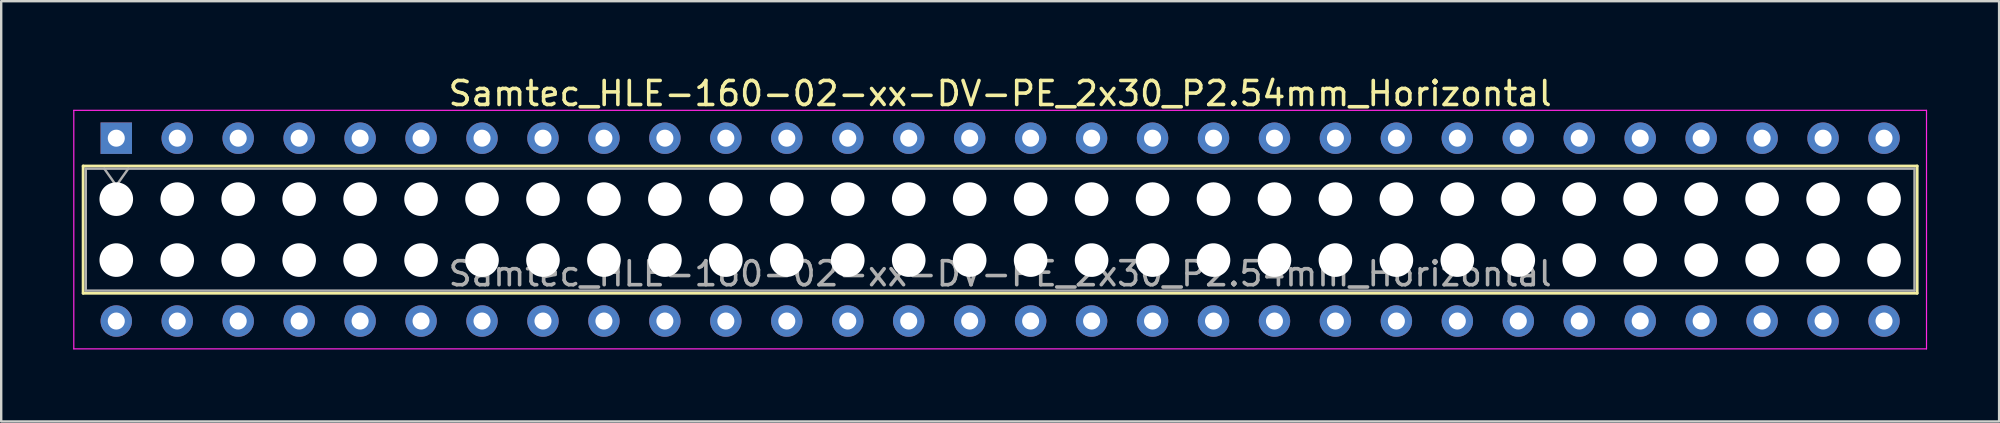
<source format=kicad_pcb>
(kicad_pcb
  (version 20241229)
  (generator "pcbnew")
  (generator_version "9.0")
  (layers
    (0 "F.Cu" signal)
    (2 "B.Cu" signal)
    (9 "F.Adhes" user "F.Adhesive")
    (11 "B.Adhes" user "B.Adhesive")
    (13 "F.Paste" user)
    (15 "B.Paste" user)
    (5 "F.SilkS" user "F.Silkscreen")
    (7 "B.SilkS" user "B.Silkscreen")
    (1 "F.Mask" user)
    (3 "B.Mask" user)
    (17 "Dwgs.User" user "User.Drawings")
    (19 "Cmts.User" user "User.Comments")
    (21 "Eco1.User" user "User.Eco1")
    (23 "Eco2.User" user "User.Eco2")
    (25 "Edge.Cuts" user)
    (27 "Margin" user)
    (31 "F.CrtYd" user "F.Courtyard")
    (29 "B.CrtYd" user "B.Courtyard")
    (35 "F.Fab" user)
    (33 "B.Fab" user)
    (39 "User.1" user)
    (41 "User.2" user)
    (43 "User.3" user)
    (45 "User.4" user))
  (footprint "Samtec_HLE-160-02-xx-DV-PE_2x30_P2.54mm_Horizontal"
    (layer "F.Cu")
    (at 1.795 2.708)
    (property "Reference" "Samtec_HLE-160-02-xx-DV-PE_2x30_P2.54mm_Horizontal" (at 36.83 -1.86 0) (layer "F.SilkS") (effects (font (size 1 1) (thickness 0.15))))
    (attr through_hole)
    (fp_line (start -1.38 1.16) (end 75.04 1.16) (stroke (width 0.12) (type solid)) (layer "F.SilkS"))
    (fp_line (start -1.38 6.46) (end -1.38 1.16) (stroke (width 0.12) (type solid)) (layer "F.SilkS"))
    (fp_line (start 75.04 1.16) (end 75.04 6.46) (stroke (width 0.12) (type solid)) (layer "F.SilkS"))
    (fp_line (start 75.04 6.46) (end -1.38 6.46) (stroke (width 0.12) (type solid)) (layer "F.SilkS"))
    (fp_line (start -1.77 -1.16) (end 75.43 -1.16) (stroke (width 0.05) (type solid)) (layer "F.CrtYd"))
    (fp_line (start -1.77 8.78) (end -1.77 -1.16) (stroke (width 0.05) (type solid)) (layer "F.CrtYd"))
    (fp_line (start 75.43 -1.16) (end 75.43 8.78) (stroke (width 0.05) (type solid)) (layer "F.CrtYd"))
    (fp_line (start 75.43 8.78) (end -1.77 8.78) (stroke (width 0.05) (type solid)) (layer "F.CrtYd"))
    (fp_line (start -1.27 1.27) (end 74.93 1.27) (stroke (width 0.1) (type solid)) (layer "F.Fab"))
    (fp_line (start -1.27 6.35) (end -1.27 1.27) (stroke (width 0.1) (type solid)) (layer "F.Fab"))
    (fp_line (start -0.5 1.27) (end 0 1.977) (stroke (width 0.1) (type solid)) (layer "F.Fab"))
    (fp_line (start 0 1.977) (end 0.5 1.27) (stroke (width 0.1) (type solid)) (layer "F.Fab"))
    (fp_line (start 74.93 1.27) (end 74.93 6.35) (stroke (width 0.1) (type solid)) (layer "F.Fab"))
    (fp_line (start 74.93 6.35) (end -1.27 6.35) (stroke (width 0.1) (type solid)) (layer "F.Fab"))
    (fp_text user "${REFERENCE}" (at 36.83 5.65 0) (layer "F.Fab") (effects (font (size 1 1) (thickness 0.15))))
    (pad "" np_thru_hole circle (at 0 2.54) (size 1.4 1.4) (drill 1.4) (layers "*.Cu" "*.Mask"))
    (pad "" np_thru_hole circle (at 0 5.08) (size 1.4 1.4) (drill 1.4) (layers "*.Cu" "*.Mask"))
    (pad "" np_thru_hole circle (at 2.54 2.54) (size 1.4 1.4) (drill 1.4) (layers "*.Cu" "*.Mask"))
    (pad "" np_thru_hole circle (at 2.54 5.08) (size 1.4 1.4) (drill 1.4) (layers "*.Cu" "*.Mask"))
    (pad "" np_thru_hole circle (at 5.08 2.54) (size 1.4 1.4) (drill 1.4) (layers "*.Cu" "*.Mask"))
    (pad "" np_thru_hole circle (at 5.08 5.08) (size 1.4 1.4) (drill 1.4) (layers "*.Cu" "*.Mask"))
    (pad "" np_thru_hole circle (at 7.62 2.54) (size 1.4 1.4) (drill 1.4) (layers "*.Cu" "*.Mask"))
    (pad "" np_thru_hole circle (at 7.62 5.08) (size 1.4 1.4) (drill 1.4) (layers "*.Cu" "*.Mask"))
    (pad "" np_thru_hole circle (at 10.16 2.54) (size 1.4 1.4) (drill 1.4) (layers "*.Cu" "*.Mask"))
    (pad "" np_thru_hole circle (at 10.16 5.08) (size 1.4 1.4) (drill 1.4) (layers "*.Cu" "*.Mask"))
    (pad "" np_thru_hole circle (at 12.7 2.54) (size 1.4 1.4) (drill 1.4) (layers "*.Cu" "*.Mask"))
    (pad "" np_thru_hole circle (at 12.7 5.08) (size 1.4 1.4) (drill 1.4) (layers "*.Cu" "*.Mask"))
    (pad "" np_thru_hole circle (at 15.24 2.54) (size 1.4 1.4) (drill 1.4) (layers "*.Cu" "*.Mask"))
    (pad "" np_thru_hole circle (at 15.24 5.08) (size 1.4 1.4) (drill 1.4) (layers "*.Cu" "*.Mask"))
    (pad "" np_thru_hole circle (at 17.78 2.54) (size 1.4 1.4) (drill 1.4) (layers "*.Cu" "*.Mask"))
    (pad "" np_thru_hole circle (at 17.78 5.08) (size 1.4 1.4) (drill 1.4) (layers "*.Cu" "*.Mask"))
    (pad "" np_thru_hole circle (at 20.32 2.54) (size 1.4 1.4) (drill 1.4) (layers "*.Cu" "*.Mask"))
    (pad "" np_thru_hole circle (at 20.32 5.08) (size 1.4 1.4) (drill 1.4) (layers "*.Cu" "*.Mask"))
    (pad "" np_thru_hole circle (at 22.86 2.54) (size 1.4 1.4) (drill 1.4) (layers "*.Cu" "*.Mask"))
    (pad "" np_thru_hole circle (at 22.86 5.08) (size 1.4 1.4) (drill 1.4) (layers "*.Cu" "*.Mask"))
    (pad "" np_thru_hole circle (at 25.4 2.54) (size 1.4 1.4) (drill 1.4) (layers "*.Cu" "*.Mask"))
    (pad "" np_thru_hole circle (at 25.4 5.08) (size 1.4 1.4) (drill 1.4) (layers "*.Cu" "*.Mask"))
    (pad "" np_thru_hole circle (at 27.94 2.54) (size 1.4 1.4) (drill 1.4) (layers "*.Cu" "*.Mask"))
    (pad "" np_thru_hole circle (at 27.94 5.08) (size 1.4 1.4) (drill 1.4) (layers "*.Cu" "*.Mask"))
    (pad "" np_thru_hole circle (at 30.48 2.54) (size 1.4 1.4) (drill 1.4) (layers "*.Cu" "*.Mask"))
    (pad "" np_thru_hole circle (at 30.48 5.08) (size 1.4 1.4) (drill 1.4) (layers "*.Cu" "*.Mask"))
    (pad "" np_thru_hole circle (at 33.02 2.54) (size 1.4 1.4) (drill 1.4) (layers "*.Cu" "*.Mask"))
    (pad "" np_thru_hole circle (at 33.02 5.08) (size 1.4 1.4) (drill 1.4) (layers "*.Cu" "*.Mask"))
    (pad "" np_thru_hole circle (at 35.56 2.54) (size 1.4 1.4) (drill 1.4) (layers "*.Cu" "*.Mask"))
    (pad "" np_thru_hole circle (at 35.56 5.08) (size 1.4 1.4) (drill 1.4) (layers "*.Cu" "*.Mask"))
    (pad "" np_thru_hole circle (at 38.1 2.54) (size 1.4 1.4) (drill 1.4) (layers "*.Cu" "*.Mask"))
    (pad "" np_thru_hole circle (at 38.1 5.08) (size 1.4 1.4) (drill 1.4) (layers "*.Cu" "*.Mask"))
    (pad "" np_thru_hole circle (at 40.64 2.54) (size 1.4 1.4) (drill 1.4) (layers "*.Cu" "*.Mask"))
    (pad "" np_thru_hole circle (at 40.64 5.08) (size 1.4 1.4) (drill 1.4) (layers "*.Cu" "*.Mask"))
    (pad "" np_thru_hole circle (at 43.18 2.54) (size 1.4 1.4) (drill 1.4) (layers "*.Cu" "*.Mask"))
    (pad "" np_thru_hole circle (at 43.18 5.08) (size 1.4 1.4) (drill 1.4) (layers "*.Cu" "*.Mask"))
    (pad "" np_thru_hole circle (at 45.72 2.54) (size 1.4 1.4) (drill 1.4) (layers "*.Cu" "*.Mask"))
    (pad "" np_thru_hole circle (at 45.72 5.08) (size 1.4 1.4) (drill 1.4) (layers "*.Cu" "*.Mask"))
    (pad "" np_thru_hole circle (at 48.26 2.54) (size 1.4 1.4) (drill 1.4) (layers "*.Cu" "*.Mask"))
    (pad "" np_thru_hole circle (at 48.26 5.08) (size 1.4 1.4) (drill 1.4) (layers "*.Cu" "*.Mask"))
    (pad "" np_thru_hole circle (at 50.8 2.54) (size 1.4 1.4) (drill 1.4) (layers "*.Cu" "*.Mask"))
    (pad "" np_thru_hole circle (at 50.8 5.08) (size 1.4 1.4) (drill 1.4) (layers "*.Cu" "*.Mask"))
    (pad "" np_thru_hole circle (at 53.34 2.54) (size 1.4 1.4) (drill 1.4) (layers "*.Cu" "*.Mask"))
    (pad "" np_thru_hole circle (at 53.34 5.08) (size 1.4 1.4) (drill 1.4) (layers "*.Cu" "*.Mask"))
    (pad "" np_thru_hole circle (at 55.88 2.54) (size 1.4 1.4) (drill 1.4) (layers "*.Cu" "*.Mask"))
    (pad "" np_thru_hole circle (at 55.88 5.08) (size 1.4 1.4) (drill 1.4) (layers "*.Cu" "*.Mask"))
    (pad "" np_thru_hole circle (at 58.42 2.54) (size 1.4 1.4) (drill 1.4) (layers "*.Cu" "*.Mask"))
    (pad "" np_thru_hole circle (at 58.42 5.08) (size 1.4 1.4) (drill 1.4) (layers "*.Cu" "*.Mask"))
    (pad "" np_thru_hole circle (at 60.96 2.54) (size 1.4 1.4) (drill 1.4) (layers "*.Cu" "*.Mask"))
    (pad "" np_thru_hole circle (at 60.96 5.08) (size 1.4 1.4) (drill 1.4) (layers "*.Cu" "*.Mask"))
    (pad "" np_thru_hole circle (at 63.5 2.54) (size 1.4 1.4) (drill 1.4) (layers "*.Cu" "*.Mask"))
    (pad "" np_thru_hole circle (at 63.5 5.08) (size 1.4 1.4) (drill 1.4) (layers "*.Cu" "*.Mask"))
    (pad "" np_thru_hole circle (at 66.04 2.54) (size 1.4 1.4) (drill 1.4) (layers "*.Cu" "*.Mask"))
    (pad "" np_thru_hole circle (at 66.04 5.08) (size 1.4 1.4) (drill 1.4) (layers "*.Cu" "*.Mask"))
    (pad "" np_thru_hole circle (at 68.58 2.54) (size 1.4 1.4) (drill 1.4) (layers "*.Cu" "*.Mask"))
    (pad "" np_thru_hole circle (at 68.58 5.08) (size 1.4 1.4) (drill 1.4) (layers "*.Cu" "*.Mask"))
    (pad "" np_thru_hole circle (at 71.12 2.54) (size 1.4 1.4) (drill 1.4) (layers "*.Cu" "*.Mask"))
    (pad "" np_thru_hole circle (at 71.12 5.08) (size 1.4 1.4) (drill 1.4) (layers "*.Cu" "*.Mask"))
    (pad "" np_thru_hole circle (at 73.66 2.54) (size 1.4 1.4) (drill 1.4) (layers "*.Cu" "*.Mask"))
    (pad "" np_thru_hole circle (at 73.66 5.08) (size 1.4 1.4) (drill 1.4) (layers "*.Cu" "*.Mask"))
    (pad "1" thru_hole rect (at 0 0) (size 1.31 1.31) (drill 0.71) (layers "*.Cu" "*.Mask"))
    (pad "2" thru_hole circle (at 0 7.62) (size 1.31 1.31) (drill 0.71) (layers "*.Cu" "*.Mask"))
    (pad "3" thru_hole circle (at 2.54 0) (size 1.31 1.31) (drill 0.71) (layers "*.Cu" "*.Mask"))
    (pad "4" thru_hole circle (at 2.54 7.62) (size 1.31 1.31) (drill 0.71) (layers "*.Cu" "*.Mask"))
    (pad "5" thru_hole circle (at 5.08 0) (size 1.31 1.31) (drill 0.71) (layers "*.Cu" "*.Mask"))
    (pad "6" thru_hole circle (at 5.08 7.62) (size 1.31 1.31) (drill 0.71) (layers "*.Cu" "*.Mask"))
    (pad "7" thru_hole circle (at 7.62 0) (size 1.31 1.31) (drill 0.71) (layers "*.Cu" "*.Mask"))
    (pad "8" thru_hole circle (at 7.62 7.62) (size 1.31 1.31) (drill 0.71) (layers "*.Cu" "*.Mask"))
    (pad "9" thru_hole circle (at 10.16 0) (size 1.31 1.31) (drill 0.71) (layers "*.Cu" "*.Mask"))
    (pad "10" thru_hole circle (at 10.16 7.62) (size 1.31 1.31) (drill 0.71) (layers "*.Cu" "*.Mask"))
    (pad "11" thru_hole circle (at 12.7 0) (size 1.31 1.31) (drill 0.71) (layers "*.Cu" "*.Mask"))
    (pad "12" thru_hole circle (at 12.7 7.62) (size 1.31 1.31) (drill 0.71) (layers "*.Cu" "*.Mask"))
    (pad "13" thru_hole circle (at 15.24 0) (size 1.31 1.31) (drill 0.71) (layers "*.Cu" "*.Mask"))
    (pad "14" thru_hole circle (at 15.24 7.62) (size 1.31 1.31) (drill 0.71) (layers "*.Cu" "*.Mask"))
    (pad "15" thru_hole circle (at 17.78 0) (size 1.31 1.31) (drill 0.71) (layers "*.Cu" "*.Mask"))
    (pad "16" thru_hole circle (at 17.78 7.62) (size 1.31 1.31) (drill 0.71) (layers "*.Cu" "*.Mask"))
    (pad "17" thru_hole circle (at 20.32 0) (size 1.31 1.31) (drill 0.71) (layers "*.Cu" "*.Mask"))
    (pad "18" thru_hole circle (at 20.32 7.62) (size 1.31 1.31) (drill 0.71) (layers "*.Cu" "*.Mask"))
    (pad "19" thru_hole circle (at 22.86 0) (size 1.31 1.31) (drill 0.71) (layers "*.Cu" "*.Mask"))
    (pad "20" thru_hole circle (at 22.86 7.62) (size 1.31 1.31) (drill 0.71) (layers "*.Cu" "*.Mask"))
    (pad "21" thru_hole circle (at 25.4 0) (size 1.31 1.31) (drill 0.71) (layers "*.Cu" "*.Mask"))
    (pad "22" thru_hole circle (at 25.4 7.62) (size 1.31 1.31) (drill 0.71) (layers "*.Cu" "*.Mask"))
    (pad "23" thru_hole circle (at 27.94 0) (size 1.31 1.31) (drill 0.71) (layers "*.Cu" "*.Mask"))
    (pad "24" thru_hole circle (at 27.94 7.62) (size 1.31 1.31) (drill 0.71) (layers "*.Cu" "*.Mask"))
    (pad "25" thru_hole circle (at 30.48 0) (size 1.31 1.31) (drill 0.71) (layers "*.Cu" "*.Mask"))
    (pad "26" thru_hole circle (at 30.48 7.62) (size 1.31 1.31) (drill 0.71) (layers "*.Cu" "*.Mask"))
    (pad "27" thru_hole circle (at 33.02 0) (size 1.31 1.31) (drill 0.71) (layers "*.Cu" "*.Mask"))
    (pad "28" thru_hole circle (at 33.02 7.62) (size 1.31 1.31) (drill 0.71) (layers "*.Cu" "*.Mask"))
    (pad "29" thru_hole circle (at 35.56 0) (size 1.31 1.31) (drill 0.71) (layers "*.Cu" "*.Mask"))
    (pad "30" thru_hole circle (at 35.56 7.62) (size 1.31 1.31) (drill 0.71) (layers "*.Cu" "*.Mask"))
    (pad "31" thru_hole circle (at 38.1 0) (size 1.31 1.31) (drill 0.71) (layers "*.Cu" "*.Mask"))
    (pad "32" thru_hole circle (at 38.1 7.62) (size 1.31 1.31) (drill 0.71) (layers "*.Cu" "*.Mask"))
    (pad "33" thru_hole circle (at 40.64 0) (size 1.31 1.31) (drill 0.71) (layers "*.Cu" "*.Mask"))
    (pad "34" thru_hole circle (at 40.64 7.62) (size 1.31 1.31) (drill 0.71) (layers "*.Cu" "*.Mask"))
    (pad "35" thru_hole circle (at 43.18 0) (size 1.31 1.31) (drill 0.71) (layers "*.Cu" "*.Mask"))
    (pad "36" thru_hole circle (at 43.18 7.62) (size 1.31 1.31) (drill 0.71) (layers "*.Cu" "*.Mask"))
    (pad "37" thru_hole circle (at 45.72 0) (size 1.31 1.31) (drill 0.71) (layers "*.Cu" "*.Mask"))
    (pad "38" thru_hole circle (at 45.72 7.62) (size 1.31 1.31) (drill 0.71) (layers "*.Cu" "*.Mask"))
    (pad "39" thru_hole circle (at 48.26 0) (size 1.31 1.31) (drill 0.71) (layers "*.Cu" "*.Mask"))
    (pad "40" thru_hole circle (at 48.26 7.62) (size 1.31 1.31) (drill 0.71) (layers "*.Cu" "*.Mask"))
    (pad "41" thru_hole circle (at 50.8 0) (size 1.31 1.31) (drill 0.71) (layers "*.Cu" "*.Mask"))
    (pad "42" thru_hole circle (at 50.8 7.62) (size 1.31 1.31) (drill 0.71) (layers "*.Cu" "*.Mask"))
    (pad "43" thru_hole circle (at 53.34 0) (size 1.31 1.31) (drill 0.71) (layers "*.Cu" "*.Mask"))
    (pad "44" thru_hole circle (at 53.34 7.62) (size 1.31 1.31) (drill 0.71) (layers "*.Cu" "*.Mask"))
    (pad "45" thru_hole circle (at 55.88 0) (size 1.31 1.31) (drill 0.71) (layers "*.Cu" "*.Mask"))
    (pad "46" thru_hole circle (at 55.88 7.62) (size 1.31 1.31) (drill 0.71) (layers "*.Cu" "*.Mask"))
    (pad "47" thru_hole circle (at 58.42 0) (size 1.31 1.31) (drill 0.71) (layers "*.Cu" "*.Mask"))
    (pad "48" thru_hole circle (at 58.42 7.62) (size 1.31 1.31) (drill 0.71) (layers "*.Cu" "*.Mask"))
    (pad "49" thru_hole circle (at 60.96 0) (size 1.31 1.31) (drill 0.71) (layers "*.Cu" "*.Mask"))
    (pad "50" thru_hole circle (at 60.96 7.62) (size 1.31 1.31) (drill 0.71) (layers "*.Cu" "*.Mask"))
    (pad "51" thru_hole circle (at 63.5 0) (size 1.31 1.31) (drill 0.71) (layers "*.Cu" "*.Mask"))
    (pad "52" thru_hole circle (at 63.5 7.62) (size 1.31 1.31) (drill 0.71) (layers "*.Cu" "*.Mask"))
    (pad "53" thru_hole circle (at 66.04 0) (size 1.31 1.31) (drill 0.71) (layers "*.Cu" "*.Mask"))
    (pad "54" thru_hole circle (at 66.04 7.62) (size 1.31 1.31) (drill 0.71) (layers "*.Cu" "*.Mask"))
    (pad "55" thru_hole circle (at 68.58 0) (size 1.31 1.31) (drill 0.71) (layers "*.Cu" "*.Mask"))
    (pad "56" thru_hole circle (at 68.58 7.62) (size 1.31 1.31) (drill 0.71) (layers "*.Cu" "*.Mask"))
    (pad "57" thru_hole circle (at 71.12 0) (size 1.31 1.31) (drill 0.71) (layers "*.Cu" "*.Mask"))
    (pad "58" thru_hole circle (at 71.12 7.62) (size 1.31 1.31) (drill 0.71) (layers "*.Cu" "*.Mask"))
    (pad "59" thru_hole circle (at 73.66 0) (size 1.31 1.31) (drill 0.71) (layers "*.Cu" "*.Mask"))
    (pad "60" thru_hole circle (at 73.66 7.62) (size 1.31 1.31) (drill 0.71) (layers "*.Cu" "*.Mask")))
  (gr_rect
    (start -3 -3)
    (end 80.25 14.513)
    (stroke (width 0.1) (type default))
    (fill no)
    (layer "Edge.Cuts")))
</source>
